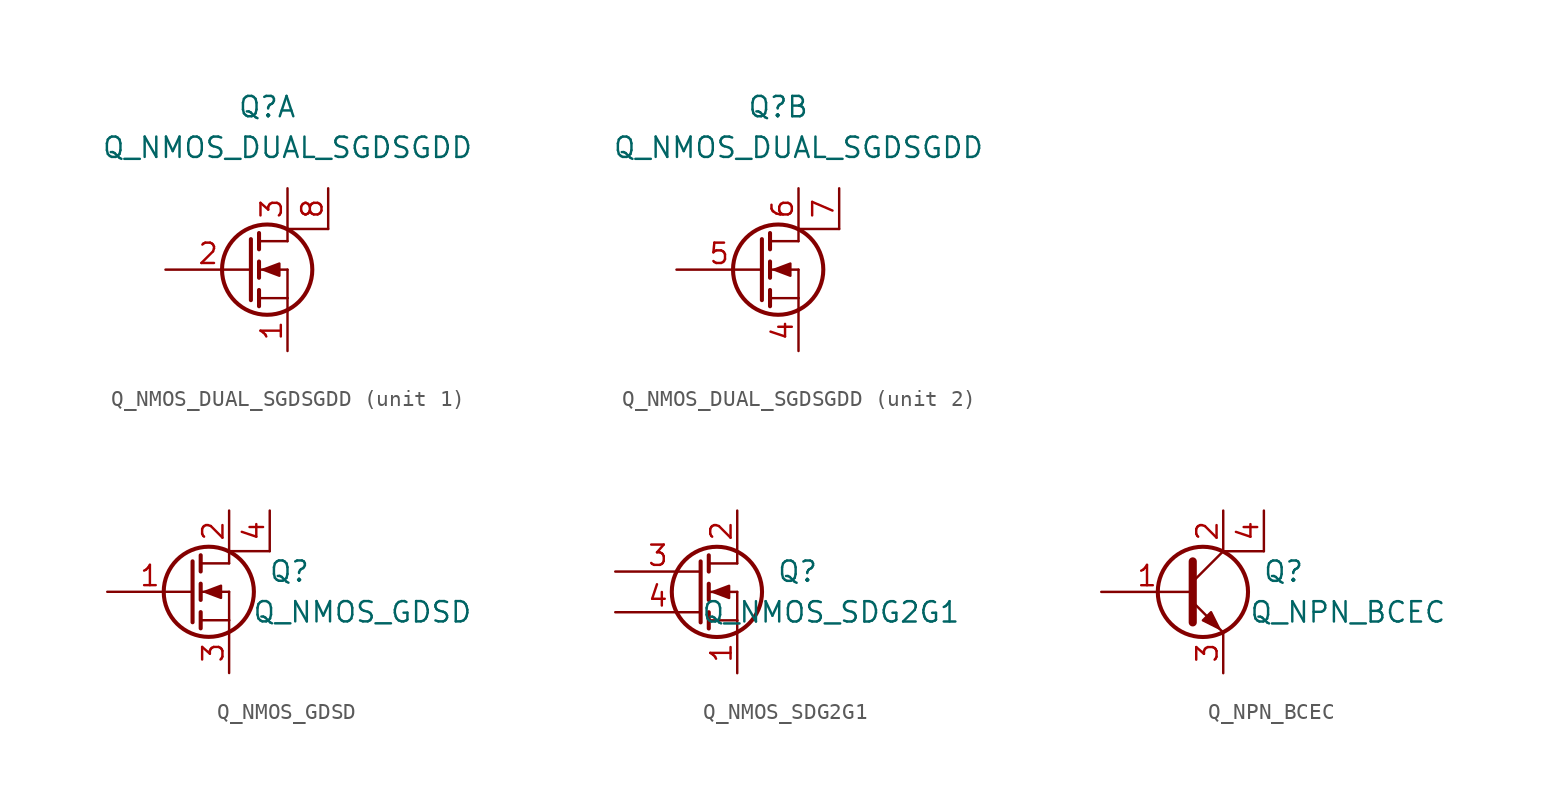
<source format=kicad_sym>
(kicad_symbol_lib
  (version 20211014)
  (generator kicad_symbol_editor)
  (symbol "Q_NMOS_DUAL_SGDSGDD"
    (pin_names
      (offset 0.025) hide)
    (property "Reference" "Q"
      (at 0 10.16 0)
      (effects (font (size 1.27 1.27))))
    (property "Value" "Q_NMOS_DUAL_SGDSGDD"
      (at 1.27 7.62 0)
      (effects (font (size 1.27 1.27))))
    (symbol "Q_NMOS_DUAL_SGDSGDD_1_1"
      (polyline (pts (xy -0.508 -1.778) (xy 1.27 -1.778)) (stroke (width 0) (type default) (color 0 0 0 0)) (fill (type none)))
      (polyline (pts (xy -0.508 -1.27) (xy -0.508 -2.286)) (stroke (width 0.254) (type default) (color 0 0 0 0)) (fill (type none)))
      (polyline (pts (xy -0.508 0) (xy 1.27 0)) (stroke (width 0) (type default) (color 0 0 0 0)) (fill (type none)))
      (polyline (pts (xy -0.508 0.508) (xy -0.508 -0.508)) (stroke (width 0.254) (type default) (color 0 0 0 0)) (fill (type none)))
      (polyline (pts (xy -0.508 1.778) (xy 1.27 1.778)) (stroke (width 0) (type default) (color 0 0 0 0)) (fill (type none)))
      (polyline (pts (xy -0.508 2.286) (xy -0.508 1.27)) (stroke (width 0.254) (type default) (color 0 0 0 0)) (fill (type none)))
      (polyline (pts (xy 1.27 -1.778) (xy 1.27 -2.54)) (stroke (width 0) (type default) (color 0 0 0 0)) (fill (type none)))
      (polyline (pts (xy 1.27 -1.778) (xy 1.27 0)) (stroke (width 0) (type default) (color 0 0 0 0)) (fill (type none)))
      (polyline (pts (xy 1.27 2.54) (xy 1.27 1.778)) (stroke (width 0) (type default) (color 0 0 0 0)) (fill (type none)))
      (polyline (pts (xy 1.27 2.54) (xy 3.81 2.54)) (stroke (width 0) (type default) (color 0 0 0 0)) (fill (type none)))
      (polyline (pts (xy -1.016 1.905) (xy -1.016 -1.905) (xy -1.016 -1.905)) (stroke (width 0.254) (type default) (color 0 0 0 0)) (fill (type none)))
      (polyline (pts (xy -0.254 0) (xy 0.762 0.381) (xy 0.762 -0.381) (xy -0.254 0)) (stroke (width 0) (type default) (color 0 0 0 0)) (fill (type outline)))
      (circle (center 0 0) (radius 2.819) (stroke (width 0.254) (type default) (color 0 0 0 0)) (fill (type none)))
      (pin passive line (at 1.27 -5.08 90) (length 2.54) (name "S" (effects (font (size 1.27 1.27)))) (number "1" (effects (font (size 1.27 1.27)))))
      (pin input line (at -6.35 0 0) (length 5.334) (name "G" (effects (font (size 1.27 1.27)))) (number "2" (effects (font (size 1.27 1.27)))))
      (pin passive line (at 1.27 5.08 270) (length 2.54) (name "D" (effects (font (size 1.27 1.27)))) (number "3" (effects (font (size 1.27 1.27)))))
      (pin passive line (at 3.81 5.08 270) (length 2.54) (name "D" (effects (font (size 1.27 1.27)))) (number "8" (effects (font (size 1.27 1.27))))))
    (symbol "Q_NMOS_DUAL_SGDSGDD_2_1"
      (polyline (pts (xy -0.508 -1.778) (xy 1.27 -1.778)) (stroke (width 0) (type default) (color 0 0 0 0)) (fill (type none)))
      (polyline (pts (xy -0.508 -1.27) (xy -0.508 -2.286)) (stroke (width 0.254) (type default) (color 0 0 0 0)) (fill (type none)))
      (polyline (pts (xy -0.508 0) (xy 1.27 0)) (stroke (width 0) (type default) (color 0 0 0 0)) (fill (type none)))
      (polyline (pts (xy -0.508 0.508) (xy -0.508 -0.508)) (stroke (width 0.254) (type default) (color 0 0 0 0)) (fill (type none)))
      (polyline (pts (xy -0.508 1.778) (xy 1.27 1.778)) (stroke (width 0) (type default) (color 0 0 0 0)) (fill (type none)))
      (polyline (pts (xy -0.508 2.286) (xy -0.508 1.27)) (stroke (width 0.254) (type default) (color 0 0 0 0)) (fill (type none)))
      (polyline (pts (xy 1.27 -1.778) (xy 1.27 -2.54)) (stroke (width 0) (type default) (color 0 0 0 0)) (fill (type none)))
      (polyline (pts (xy 1.27 -1.778) (xy 1.27 0)) (stroke (width 0) (type default) (color 0 0 0 0)) (fill (type none)))
      (polyline (pts (xy 1.27 2.54) (xy 1.27 1.778)) (stroke (width 0) (type default) (color 0 0 0 0)) (fill (type none)))
      (polyline (pts (xy 1.27 2.54) (xy 3.81 2.54)) (stroke (width 0) (type default) (color 0 0 0 0)) (fill (type none)))
      (polyline (pts (xy -1.016 1.905) (xy -1.016 -1.905) (xy -1.016 -1.905)) (stroke (width 0.254) (type default) (color 0 0 0 0)) (fill (type none)))
      (polyline (pts (xy -0.254 0) (xy 0.762 0.381) (xy 0.762 -0.381) (xy -0.254 0)) (stroke (width 0) (type default) (color 0 0 0 0)) (fill (type outline)))
      (circle (center 0 0) (radius 2.819) (stroke (width 0.254) (type default) (color 0 0 0 0)) (fill (type none)))
      (pin passive line (at 1.27 -5.08 90) (length 2.54) (name "S" (effects (font (size 1.27 1.27)))) (number "4" (effects (font (size 1.27 1.27)))))
      (pin input line (at -6.35 0 0) (length 5.334) (name "G" (effects (font (size 1.27 1.27)))) (number "5" (effects (font (size 1.27 1.27)))))
      (pin passive line (at 1.27 5.08 270) (length 2.54) (name "D" (effects (font (size 1.27 1.27)))) (number "6" (effects (font (size 1.27 1.27)))))
      (pin passive line (at 3.81 5.08 270) (length 2.54) (name "D" (effects (font (size 1.27 1.27)))) (number "7" (effects (font (size 1.27 1.27)))))))
  (symbol "Q_NMOS_GDSD"
    (pin_names
      (offset 0) hide)
    (property "Reference" "Q"
      (at 7.62 1.27 0)
      (effects (font (size 1.27 1.27)) (justify right)))
    (property "Value" "Q_NMOS_GDSD"
      (at 17.78 -1.27 0)
      (effects (font (size 1.27 1.27)) (justify right)))
    (property "Footprint" ""
      (at 5.08 2.54 0)
      (effects (font (size 1.27 1.27))))
    (property "Datasheet" ""
      (at 0 0 0)
      (effects (font (size 1.27 1.27))))
    (symbol "Q_NMOS_GDSD_0_1"
      (polyline (pts (xy 0.762 -1.778) (xy 2.54 -1.778)) (stroke (width 0) (type default) (color 0 0 0 0)) (fill (type none)))
      (polyline (pts (xy 0.762 -1.27) (xy 0.762 -2.286)) (stroke (width 0.254) (type default) (color 0 0 0 0)) (fill (type none)))
      (polyline (pts (xy 0.762 0) (xy 2.54 0)) (stroke (width 0) (type default) (color 0 0 0 0)) (fill (type none)))
      (polyline (pts (xy 0.762 0.508) (xy 0.762 -0.508)) (stroke (width 0.254) (type default) (color 0 0 0 0)) (fill (type none)))
      (polyline (pts (xy 0.762 1.778) (xy 2.54 1.778)) (stroke (width 0) (type default) (color 0 0 0 0)) (fill (type none)))
      (polyline (pts (xy 0.762 2.286) (xy 0.762 1.27)) (stroke (width 0.254) (type default) (color 0 0 0 0)) (fill (type none)))
      (polyline (pts (xy 2.54 -1.778) (xy 2.54 -2.54)) (stroke (width 0) (type default) (color 0 0 0 0)) (fill (type none)))
      (polyline (pts (xy 2.54 -1.778) (xy 2.54 0)) (stroke (width 0) (type default) (color 0 0 0 0)) (fill (type none)))
      (polyline (pts (xy 2.54 2.54) (xy 2.54 1.778)) (stroke (width 0) (type default) (color 0 0 0 0)) (fill (type none)))
      (polyline (pts (xy 2.54 2.54) (xy 5.08 2.54)) (stroke (width 0) (type default) (color 0 0 0 0)) (fill (type none)))
      (polyline (pts (xy 0.254 1.905) (xy 0.254 -1.905) (xy 0.254 -1.905)) (stroke (width 0.254) (type default) (color 0 0 0 0)) (fill (type none)))
      (polyline (pts (xy 1.016 0) (xy 2.032 0.381) (xy 2.032 -0.381) (xy 1.016 0)) (stroke (width 0) (type default) (color 0 0 0 0)) (fill (type outline)))
      (circle (center 1.27 0) (radius 2.819) (stroke (width 0.254) (type default) (color 0 0 0 0)) (fill (type none))))
    (symbol "Q_NMOS_GDSD_1_1"
      (pin input line (at -5.08 0 0) (length 5.334) (name "G" (effects (font (size 1.27 1.27)))) (number "1" (effects (font (size 1.27 1.27)))))
      (pin passive line (at 2.54 5.08 270) (length 2.54) (name "D" (effects (font (size 1.27 1.27)))) (number "2" (effects (font (size 1.27 1.27)))))
      (pin passive line (at 2.54 -5.08 90) (length 2.54) (name "S" (effects (font (size 1.27 1.27)))) (number "3" (effects (font (size 1.27 1.27)))))
      (pin passive line (at 5.08 5.08 270) (length 2.54) (name "D" (effects (font (size 1.27 1.27)))) (number "4" (effects (font (size 1.27 1.27)))))))
  (symbol "Q_NMOS_SDG2G1"
    (pin_names
      (offset 0) hide)
    (property "Reference" "Q"
      (at 7.62 1.27 0)
      (effects (font (size 1.27 1.27)) (justify right)))
    (property "Value" "Q_NMOS_SDG2G1"
      (at 16.51 -1.27 0)
      (effects (font (size 1.27 1.27)) (justify right)))
    (property "Footprint" ""
      (at 5.08 2.54 0)
      (effects (font (size 1.27 1.27))))
    (property "Datasheet" ""
      (at 0 0 0)
      (effects (font (size 1.27 1.27))))
    (symbol "Q_NMOS_SDG2G1_0_1"
      (polyline (pts (xy 0.762 -1.778) (xy 2.54 -1.778)) (stroke (width 0) (type default) (color 0 0 0 0)) (fill (type none)))
      (polyline (pts (xy 0.762 -1.27) (xy 0.762 -2.286)) (stroke (width 0.254) (type default) (color 0 0 0 0)) (fill (type none)))
      (polyline (pts (xy 0.762 0) (xy 2.54 0)) (stroke (width 0) (type default) (color 0 0 0 0)) (fill (type none)))
      (polyline (pts (xy 0.762 0.508) (xy 0.762 -0.508)) (stroke (width 0.254) (type default) (color 0 0 0 0)) (fill (type none)))
      (polyline (pts (xy 0.762 1.778) (xy 2.54 1.778)) (stroke (width 0) (type default) (color 0 0 0 0)) (fill (type none)))
      (polyline (pts (xy 0.762 2.286) (xy 0.762 1.27)) (stroke (width 0.254) (type default) (color 0 0 0 0)) (fill (type none)))
      (polyline (pts (xy 2.54 -1.778) (xy 2.54 -2.54)) (stroke (width 0) (type default) (color 0 0 0 0)) (fill (type none)))
      (polyline (pts (xy 2.54 -1.778) (xy 2.54 0)) (stroke (width 0) (type default) (color 0 0 0 0)) (fill (type none)))
      (polyline (pts (xy 2.54 2.54) (xy 2.54 1.778)) (stroke (width 0) (type default) (color 0 0 0 0)) (fill (type none)))
      (polyline (pts (xy 0.254 1.905) (xy 0.254 -1.905) (xy 0.254 -1.905)) (stroke (width 0.254) (type default) (color 0 0 0 0)) (fill (type none)))
      (polyline (pts (xy 1.016 0) (xy 2.032 0.381) (xy 2.032 -0.381) (xy 1.016 0)) (stroke (width 0) (type default) (color 0 0 0 0)) (fill (type outline)))
      (circle (center 1.27 0) (radius 2.819) (stroke (width 0.254) (type default) (color 0 0 0 0)) (fill (type none))))
    (symbol "Q_NMOS_SDG2G1_1_1"
      (pin passive line (at 2.54 -5.08 90) (length 2.54) (name "S" (effects (font (size 1.27 1.27)))) (number "1" (effects (font (size 1.27 1.27)))))
      (pin passive line (at 2.54 5.08 270) (length 2.54) (name "D" (effects (font (size 1.27 1.27)))) (number "2" (effects (font (size 1.27 1.27)))))
      (pin input line (at -5.08 1.27 0) (length 5.334) (name "G2" (effects (font (size 1.27 1.27)))) (number "3" (effects (font (size 1.27 1.27)))))
      (pin input line (at -5.08 -1.27 0) (length 5.334) (name "G1" (effects (font (size 1.27 1.27)))) (number "4" (effects (font (size 1.27 1.27)))))))
  (symbol "Q_NPN_BCEC"
    (pin_names
      (offset 0) hide)
    (property "Reference" "Q"
      (at 7.62 1.27 0)
      (effects (font (size 1.27 1.27)) (justify right)))
    (property "Value" "Q_NPN_BCEC"
      (at 16.51 -1.27 0)
      (effects (font (size 1.27 1.27)) (justify right)))
    (property "Footprint" ""
      (at 5.08 2.54 0)
      (effects (font (size 1.27 1.27))))
    (property "Datasheet" ""
      (at 0 0 0)
      (effects (font (size 1.27 1.27))))
    (symbol "Q_NPN_BCEC_0_1"
      (polyline (pts (xy 0.635 0.635) (xy 2.54 2.54)) (stroke (width 0) (type default) (color 0 0 0 0)) (fill (type none)))
      (polyline (pts (xy 2.54 2.54) (xy 5.08 2.54)) (stroke (width 0) (type default) (color 0 0 0 0)) (fill (type none)))
      (polyline (pts (xy 0.635 -0.635) (xy 2.54 -2.54) (xy 2.54 -2.54)) (stroke (width 0) (type default) (color 0 0 0 0)) (fill (type none)))
      (polyline (pts (xy 0.635 1.905) (xy 0.635 -1.905) (xy 0.635 -1.905)) (stroke (width 0.508) (type default) (color 0 0 0 0)) (fill (type none)))
      (polyline (pts (xy 1.27 -1.778) (xy 1.778 -1.27) (xy 2.286 -2.286) (xy 1.27 -1.778) (xy 1.27 -1.778)) (stroke (width 0) (type default) (color 0 0 0 0)) (fill (type outline)))
      (circle (center 1.27 0) (radius 2.819) (stroke (width 0.254) (type default) (color 0 0 0 0)) (fill (type none))))
    (symbol "Q_NPN_BCEC_1_1"
      (pin input line (at -5.08 0 0) (length 5.715) (name "B" (effects (font (size 1.27 1.27)))) (number "1" (effects (font (size 1.27 1.27)))))
      (pin passive line (at 2.54 5.08 270) (length 2.54) (name "C" (effects (font (size 1.27 1.27)))) (number "2" (effects (font (size 1.27 1.27)))))
      (pin passive line (at 2.54 -5.08 90) (length 2.54) (name "E" (effects (font (size 1.27 1.27)))) (number "3" (effects (font (size 1.27 1.27)))))
      (pin passive line (at 5.08 5.08 270) (length 2.54) (name "C" (effects (font (size 1.27 1.27)))) (number "4" (effects (font (size 1.27 1.27))))))))
</source>
